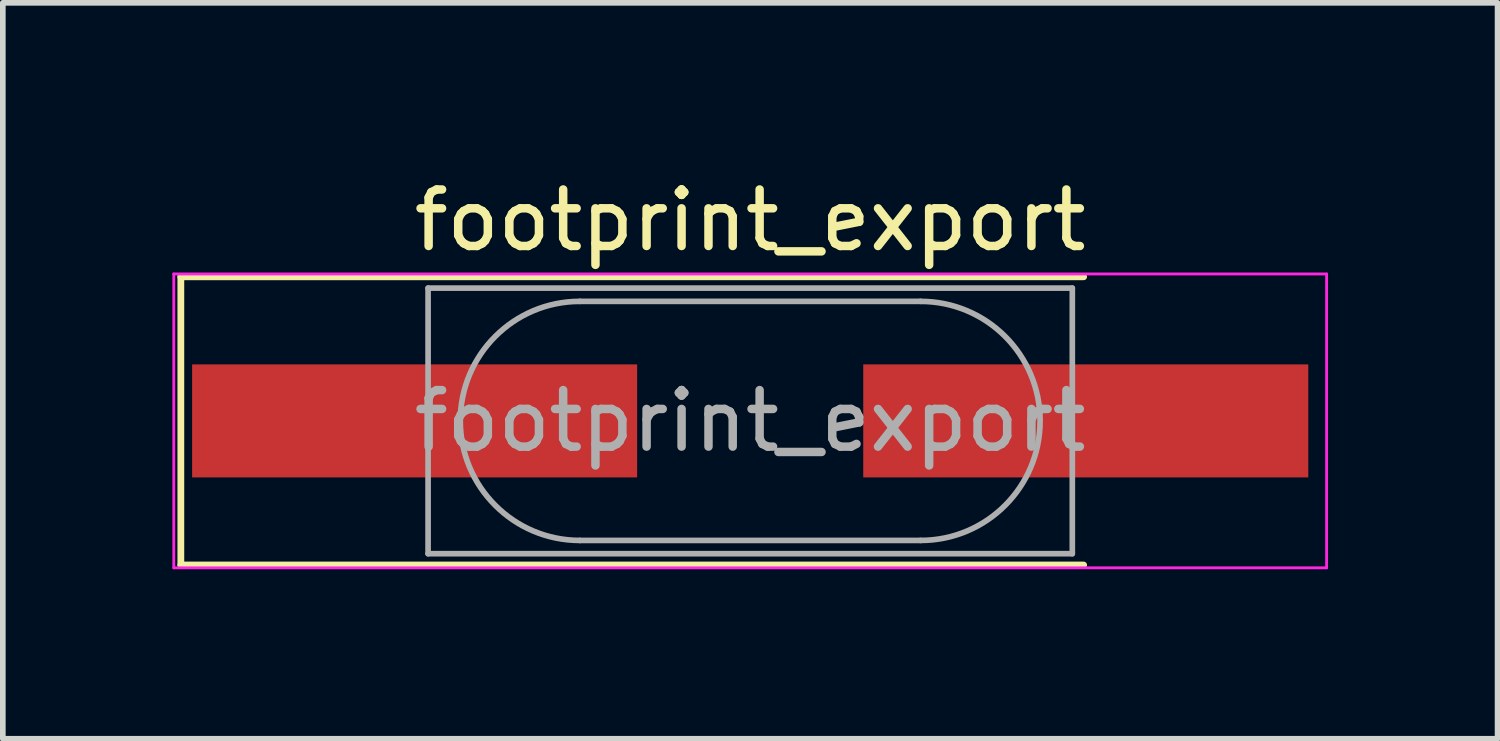
<source format=kicad_pcb>
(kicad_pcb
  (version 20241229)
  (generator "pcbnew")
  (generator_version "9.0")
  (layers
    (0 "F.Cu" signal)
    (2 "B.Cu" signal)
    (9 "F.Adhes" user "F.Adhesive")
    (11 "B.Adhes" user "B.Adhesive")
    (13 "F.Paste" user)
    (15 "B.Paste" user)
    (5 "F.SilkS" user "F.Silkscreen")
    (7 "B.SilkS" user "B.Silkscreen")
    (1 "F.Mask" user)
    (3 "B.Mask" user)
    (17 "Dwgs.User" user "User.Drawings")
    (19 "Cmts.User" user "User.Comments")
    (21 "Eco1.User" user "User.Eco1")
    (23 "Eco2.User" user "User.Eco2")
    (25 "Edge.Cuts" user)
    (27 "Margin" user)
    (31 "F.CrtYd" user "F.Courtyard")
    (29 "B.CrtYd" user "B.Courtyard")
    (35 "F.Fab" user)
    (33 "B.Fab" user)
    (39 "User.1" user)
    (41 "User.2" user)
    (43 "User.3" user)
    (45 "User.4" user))
  (footprint "footprint_export"
    (layer "F.Cu")
    (at 10.225 4.398)
    (property "Reference" "footprint_export" (at 0 -3.55 0) (layer "F.SilkS") (effects (font (size 1 1) (thickness 0.15))))
    (attr smd)
    (fp_line (start -10.075 -2.55) (end -10.075 2.55) (stroke (width 0.12) (type solid)) (layer "F.SilkS"))
    (fp_line (start -10.075 2.55) (end 5.9 2.55) (stroke (width 0.12) (type solid)) (layer "F.SilkS"))
    (fp_line (start 5.9 -2.55) (end -10.075 -2.55) (stroke (width 0.12) (type solid)) (layer "F.SilkS"))
    (fp_line (start -10.2 -2.6) (end -10.2 2.6) (stroke (width 0.05) (type solid)) (layer "F.CrtYd"))
    (fp_line (start -10.2 2.6) (end 10.2 2.6) (stroke (width 0.05) (type solid)) (layer "F.CrtYd"))
    (fp_line (start 10.2 -2.6) (end -10.2 -2.6) (stroke (width 0.05) (type solid)) (layer "F.CrtYd"))
    (fp_line (start 10.2 2.6) (end 10.2 -2.6) (stroke (width 0.05) (type solid)) (layer "F.CrtYd"))
    (fp_line (start -5.7 -2.35) (end -5.7 2.35) (stroke (width 0.1) (type solid)) (layer "F.Fab"))
    (fp_line (start -5.7 2.35) (end 5.7 2.35) (stroke (width 0.1) (type solid)) (layer "F.Fab"))
    (fp_line (start -3.015 -2.115) (end 3.015 -2.115) (stroke (width 0.1) (type solid)) (layer "F.Fab"))
    (fp_line (start -3.015 2.115) (end 3.015 2.115) (stroke (width 0.1) (type solid)) (layer "F.Fab"))
    (fp_line (start 5.7 -2.35) (end -5.7 -2.35) (stroke (width 0.1) (type solid)) (layer "F.Fab"))
    (fp_line (start 5.7 2.35) (end 5.7 -2.35) (stroke (width 0.1) (type solid)) (layer "F.Fab"))
    (fp_arc (start -3.015 2.115) (mid -5.13 0) (end -3.015 -2.115) (stroke (width 0.1) (type solid)) (layer "F.Fab"))
    (fp_arc (start 3.015 -2.115) (mid 5.13 0) (end 3.015 2.115) (stroke (width 0.1) (type solid)) (layer "F.Fab"))
    (fp_text user "${REFERENCE}" (at 0 0 0) (layer "F.Fab") (effects (font (size 1 1) (thickness 0.15))))
    (pad "1" smd rect (at -5.938 0) (size 7.875 2) (layers "F.Cu" "F.Mask" "F.Paste"))
    (pad "2" smd rect (at 5.938 0) (size 7.875 2) (layers "F.Cu" "F.Mask" "F.Paste")))
  (gr_rect
    (start -3 -3)
    (end 23.45 10.023)
    (stroke (width 0.1) (type default))
    (fill no)
    (layer "Edge.Cuts")))
</source>
